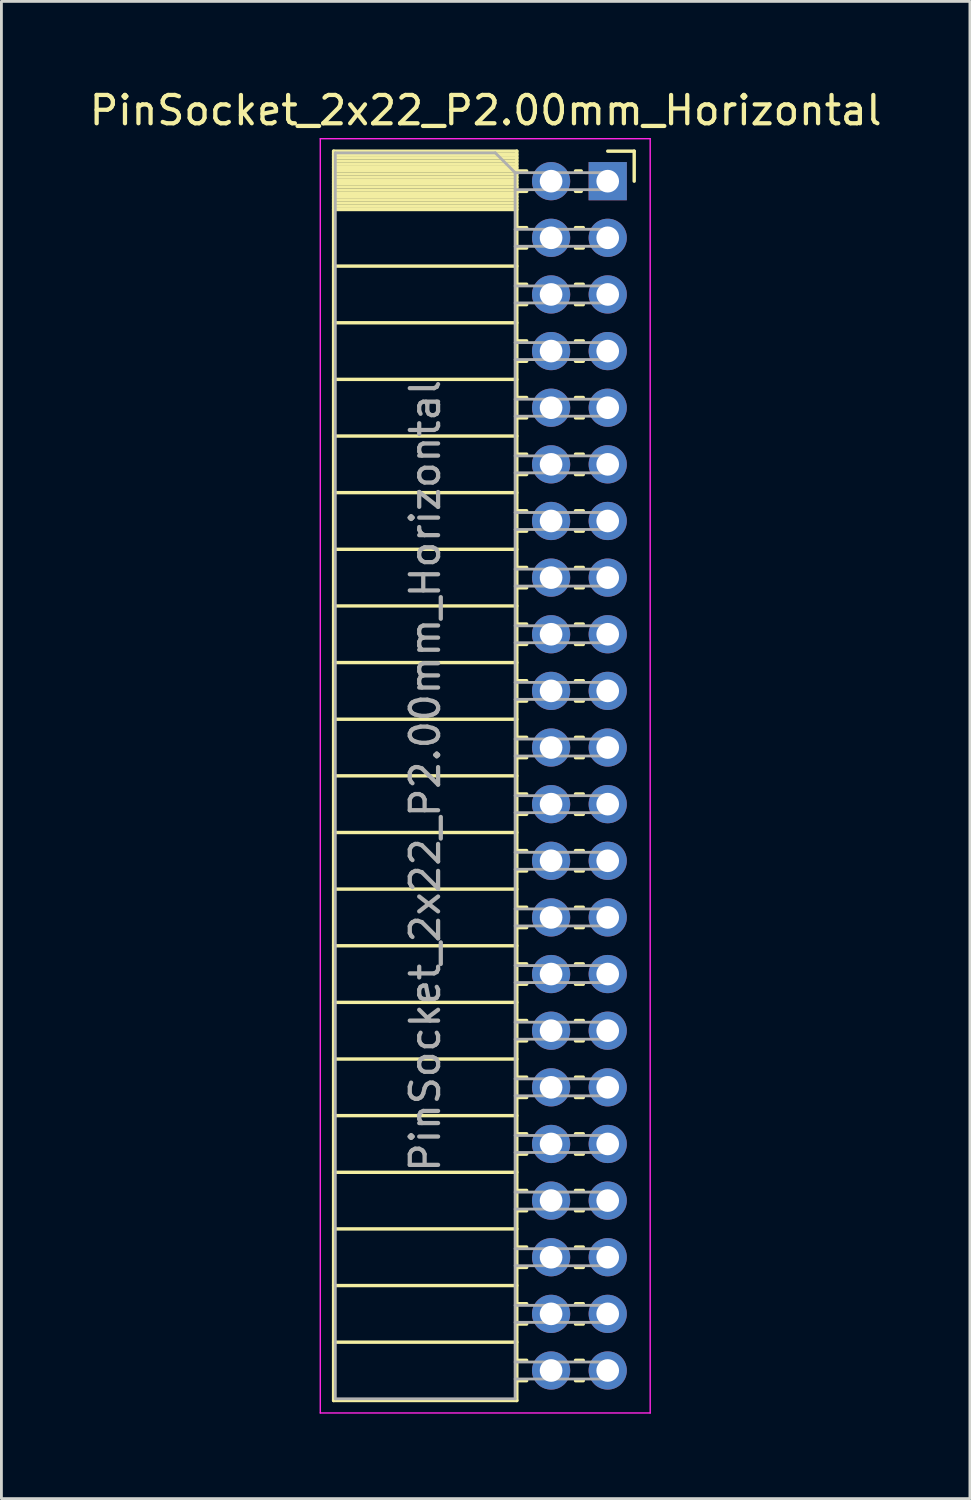
<source format=kicad_pcb>
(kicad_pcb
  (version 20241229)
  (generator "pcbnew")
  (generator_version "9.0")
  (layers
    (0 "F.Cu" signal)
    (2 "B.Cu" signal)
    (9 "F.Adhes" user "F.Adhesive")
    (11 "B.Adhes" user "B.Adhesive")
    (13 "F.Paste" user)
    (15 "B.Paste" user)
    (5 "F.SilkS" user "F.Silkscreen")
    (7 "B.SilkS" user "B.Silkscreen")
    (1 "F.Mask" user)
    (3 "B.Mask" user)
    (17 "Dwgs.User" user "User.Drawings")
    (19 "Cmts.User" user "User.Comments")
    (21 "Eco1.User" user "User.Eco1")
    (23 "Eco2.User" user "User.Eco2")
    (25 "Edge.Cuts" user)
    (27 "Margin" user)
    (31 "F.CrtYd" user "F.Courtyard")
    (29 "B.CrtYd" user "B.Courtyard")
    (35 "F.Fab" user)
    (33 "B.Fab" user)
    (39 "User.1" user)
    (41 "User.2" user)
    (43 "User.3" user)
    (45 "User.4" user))
  (footprint "PinSocket_2x22_P2.00mm_Horizontal"
    (layer "F.Cu")
    (at 18.411 3.348)
    (property "Reference" "PinSocket_2x22_P2.00mm_Horizontal" (at -4.31 -2.5 0) (layer "F.SilkS") (effects (font (size 1 1) (thickness 0.15))))
    (attr through_hole)
    (fp_line (start -9.68 -1.06) (end -9.68 43.06) (stroke (width 0.12) (type solid)) (layer "F.SilkS"))
    (fp_line (start -9.68 -1.06) (end -3.21 -1.06) (stroke (width 0.12) (type solid)) (layer "F.SilkS"))
    (fp_line (start -9.68 -0.94) (end -3.21 -0.94) (stroke (width 0.12) (type solid)) (layer "F.SilkS"))
    (fp_line (start -9.68 -0.826) (end -3.21 -0.826) (stroke (width 0.12) (type solid)) (layer "F.SilkS"))
    (fp_line (start -9.68 -0.712) (end -3.21 -0.712) (stroke (width 0.12) (type solid)) (layer "F.SilkS"))
    (fp_line (start -9.68 -0.598) (end -3.21 -0.598) (stroke (width 0.12) (type solid)) (layer "F.SilkS"))
    (fp_line (start -9.68 -0.484) (end -3.21 -0.484) (stroke (width 0.12) (type solid)) (layer "F.SilkS"))
    (fp_line (start -9.68 -0.369) (end -3.21 -0.369) (stroke (width 0.12) (type solid)) (layer "F.SilkS"))
    (fp_line (start -9.68 -0.255) (end -3.21 -0.255) (stroke (width 0.12) (type solid)) (layer "F.SilkS"))
    (fp_line (start -9.68 -0.141) (end -3.21 -0.141) (stroke (width 0.12) (type solid)) (layer "F.SilkS"))
    (fp_line (start -9.68 -0.027) (end -3.21 -0.027) (stroke (width 0.12) (type solid)) (layer "F.SilkS"))
    (fp_line (start -9.68 0.087) (end -3.21 0.087) (stroke (width 0.12) (type solid)) (layer "F.SilkS"))
    (fp_line (start -9.68 0.201) (end -3.21 0.201) (stroke (width 0.12) (type solid)) (layer "F.SilkS"))
    (fp_line (start -9.68 0.315) (end -3.21 0.315) (stroke (width 0.12) (type solid)) (layer "F.SilkS"))
    (fp_line (start -9.68 0.429) (end -3.21 0.429) (stroke (width 0.12) (type solid)) (layer "F.SilkS"))
    (fp_line (start -9.68 0.544) (end -3.21 0.544) (stroke (width 0.12) (type solid)) (layer "F.SilkS"))
    (fp_line (start -9.68 0.658) (end -3.21 0.658) (stroke (width 0.12) (type solid)) (layer "F.SilkS"))
    (fp_line (start -9.68 0.772) (end -3.21 0.772) (stroke (width 0.12) (type solid)) (layer "F.SilkS"))
    (fp_line (start -9.68 0.886) (end -3.21 0.886) (stroke (width 0.12) (type solid)) (layer "F.SilkS"))
    (fp_line (start -9.68 1) (end -3.21 1) (stroke (width 0.12) (type solid)) (layer "F.SilkS"))
    (fp_line (start -9.68 3) (end -3.21 3) (stroke (width 0.12) (type solid)) (layer "F.SilkS"))
    (fp_line (start -9.68 5) (end -3.21 5) (stroke (width 0.12) (type solid)) (layer "F.SilkS"))
    (fp_line (start -9.68 7) (end -3.21 7) (stroke (width 0.12) (type solid)) (layer "F.SilkS"))
    (fp_line (start -9.68 9) (end -3.21 9) (stroke (width 0.12) (type solid)) (layer "F.SilkS"))
    (fp_line (start -9.68 11) (end -3.21 11) (stroke (width 0.12) (type solid)) (layer "F.SilkS"))
    (fp_line (start -9.68 13) (end -3.21 13) (stroke (width 0.12) (type solid)) (layer "F.SilkS"))
    (fp_line (start -9.68 15) (end -3.21 15) (stroke (width 0.12) (type solid)) (layer "F.SilkS"))
    (fp_line (start -9.68 17) (end -3.21 17) (stroke (width 0.12) (type solid)) (layer "F.SilkS"))
    (fp_line (start -9.68 19) (end -3.21 19) (stroke (width 0.12) (type solid)) (layer "F.SilkS"))
    (fp_line (start -9.68 21) (end -3.21 21) (stroke (width 0.12) (type solid)) (layer "F.SilkS"))
    (fp_line (start -9.68 23) (end -3.21 23) (stroke (width 0.12) (type solid)) (layer "F.SilkS"))
    (fp_line (start -9.68 25) (end -3.21 25) (stroke (width 0.12) (type solid)) (layer "F.SilkS"))
    (fp_line (start -9.68 27) (end -3.21 27) (stroke (width 0.12) (type solid)) (layer "F.SilkS"))
    (fp_line (start -9.68 29) (end -3.21 29) (stroke (width 0.12) (type solid)) (layer "F.SilkS"))
    (fp_line (start -9.68 31) (end -3.21 31) (stroke (width 0.12) (type solid)) (layer "F.SilkS"))
    (fp_line (start -9.68 33) (end -3.21 33) (stroke (width 0.12) (type solid)) (layer "F.SilkS"))
    (fp_line (start -9.68 35) (end -3.21 35) (stroke (width 0.12) (type solid)) (layer "F.SilkS"))
    (fp_line (start -9.68 37) (end -3.21 37) (stroke (width 0.12) (type solid)) (layer "F.SilkS"))
    (fp_line (start -9.68 39) (end -3.21 39) (stroke (width 0.12) (type solid)) (layer "F.SilkS"))
    (fp_line (start -9.68 41) (end -3.21 41) (stroke (width 0.12) (type solid)) (layer "F.SilkS"))
    (fp_line (start -9.68 43.06) (end -3.21 43.06) (stroke (width 0.12) (type solid)) (layer "F.SilkS"))
    (fp_line (start -3.21 -1.06) (end -3.21 43.06) (stroke (width 0.12) (type solid)) (layer "F.SilkS"))
    (fp_line (start -3.21 -0.36) (end -2.863 -0.36) (stroke (width 0.12) (type solid)) (layer "F.SilkS"))
    (fp_line (start -3.21 0.36) (end -2.863 0.36) (stroke (width 0.12) (type solid)) (layer "F.SilkS"))
    (fp_line (start -3.21 1.64) (end -2.863 1.64) (stroke (width 0.12) (type solid)) (layer "F.SilkS"))
    (fp_line (start -3.21 2.36) (end -2.863 2.36) (stroke (width 0.12) (type solid)) (layer "F.SilkS"))
    (fp_line (start -3.21 3.64) (end -2.863 3.64) (stroke (width 0.12) (type solid)) (layer "F.SilkS"))
    (fp_line (start -3.21 4.36) (end -2.863 4.36) (stroke (width 0.12) (type solid)) (layer "F.SilkS"))
    (fp_line (start -3.21 5.64) (end -2.863 5.64) (stroke (width 0.12) (type solid)) (layer "F.SilkS"))
    (fp_line (start -3.21 6.36) (end -2.863 6.36) (stroke (width 0.12) (type solid)) (layer "F.SilkS"))
    (fp_line (start -3.21 7.64) (end -2.863 7.64) (stroke (width 0.12) (type solid)) (layer "F.SilkS"))
    (fp_line (start -3.21 8.36) (end -2.863 8.36) (stroke (width 0.12) (type solid)) (layer "F.SilkS"))
    (fp_line (start -3.21 9.64) (end -2.863 9.64) (stroke (width 0.12) (type solid)) (layer "F.SilkS"))
    (fp_line (start -3.21 10.36) (end -2.863 10.36) (stroke (width 0.12) (type solid)) (layer "F.SilkS"))
    (fp_line (start -3.21 11.64) (end -2.863 11.64) (stroke (width 0.12) (type solid)) (layer "F.SilkS"))
    (fp_line (start -3.21 12.36) (end -2.863 12.36) (stroke (width 0.12) (type solid)) (layer "F.SilkS"))
    (fp_line (start -3.21 13.64) (end -2.863 13.64) (stroke (width 0.12) (type solid)) (layer "F.SilkS"))
    (fp_line (start -3.21 14.36) (end -2.863 14.36) (stroke (width 0.12) (type solid)) (layer "F.SilkS"))
    (fp_line (start -3.21 15.64) (end -2.863 15.64) (stroke (width 0.12) (type solid)) (layer "F.SilkS"))
    (fp_line (start -3.21 16.36) (end -2.863 16.36) (stroke (width 0.12) (type solid)) (layer "F.SilkS"))
    (fp_line (start -3.21 17.64) (end -2.863 17.64) (stroke (width 0.12) (type solid)) (layer "F.SilkS"))
    (fp_line (start -3.21 18.36) (end -2.863 18.36) (stroke (width 0.12) (type solid)) (layer "F.SilkS"))
    (fp_line (start -3.21 19.64) (end -2.863 19.64) (stroke (width 0.12) (type solid)) (layer "F.SilkS"))
    (fp_line (start -3.21 20.36) (end -2.863 20.36) (stroke (width 0.12) (type solid)) (layer "F.SilkS"))
    (fp_line (start -3.21 21.64) (end -2.863 21.64) (stroke (width 0.12) (type solid)) (layer "F.SilkS"))
    (fp_line (start -3.21 22.36) (end -2.863 22.36) (stroke (width 0.12) (type solid)) (layer "F.SilkS"))
    (fp_line (start -3.21 23.64) (end -2.863 23.64) (stroke (width 0.12) (type solid)) (layer "F.SilkS"))
    (fp_line (start -3.21 24.36) (end -2.863 24.36) (stroke (width 0.12) (type solid)) (layer "F.SilkS"))
    (fp_line (start -3.21 25.64) (end -2.863 25.64) (stroke (width 0.12) (type solid)) (layer "F.SilkS"))
    (fp_line (start -3.21 26.36) (end -2.863 26.36) (stroke (width 0.12) (type solid)) (layer "F.SilkS"))
    (fp_line (start -3.21 27.64) (end -2.863 27.64) (stroke (width 0.12) (type solid)) (layer "F.SilkS"))
    (fp_line (start -3.21 28.36) (end -2.863 28.36) (stroke (width 0.12) (type solid)) (layer "F.SilkS"))
    (fp_line (start -3.21 29.64) (end -2.863 29.64) (stroke (width 0.12) (type solid)) (layer "F.SilkS"))
    (fp_line (start -3.21 30.36) (end -2.863 30.36) (stroke (width 0.12) (type solid)) (layer "F.SilkS"))
    (fp_line (start -3.21 31.64) (end -2.863 31.64) (stroke (width 0.12) (type solid)) (layer "F.SilkS"))
    (fp_line (start -3.21 32.36) (end -2.863 32.36) (stroke (width 0.12) (type solid)) (layer "F.SilkS"))
    (fp_line (start -3.21 33.64) (end -2.863 33.64) (stroke (width 0.12) (type solid)) (layer "F.SilkS"))
    (fp_line (start -3.21 34.36) (end -2.863 34.36) (stroke (width 0.12) (type solid)) (layer "F.SilkS"))
    (fp_line (start -3.21 35.64) (end -2.863 35.64) (stroke (width 0.12) (type solid)) (layer "F.SilkS"))
    (fp_line (start -3.21 36.36) (end -2.863 36.36) (stroke (width 0.12) (type solid)) (layer "F.SilkS"))
    (fp_line (start -3.21 37.64) (end -2.863 37.64) (stroke (width 0.12) (type solid)) (layer "F.SilkS"))
    (fp_line (start -3.21 38.36) (end -2.863 38.36) (stroke (width 0.12) (type solid)) (layer "F.SilkS"))
    (fp_line (start -3.21 39.64) (end -2.863 39.64) (stroke (width 0.12) (type solid)) (layer "F.SilkS"))
    (fp_line (start -3.21 40.36) (end -2.863 40.36) (stroke (width 0.12) (type solid)) (layer "F.SilkS"))
    (fp_line (start -3.21 41.64) (end -2.863 41.64) (stroke (width 0.12) (type solid)) (layer "F.SilkS"))
    (fp_line (start -3.21 42.36) (end -2.863 42.36) (stroke (width 0.12) (type solid)) (layer "F.SilkS"))
    (fp_line (start -1.137 -0.36) (end -0.935 -0.36) (stroke (width 0.12) (type solid)) (layer "F.SilkS"))
    (fp_line (start -1.137 0.36) (end -0.935 0.36) (stroke (width 0.12) (type solid)) (layer "F.SilkS"))
    (fp_line (start -1.137 1.64) (end -0.863 1.64) (stroke (width 0.12) (type solid)) (layer "F.SilkS"))
    (fp_line (start -1.137 2.36) (end -0.863 2.36) (stroke (width 0.12) (type solid)) (layer "F.SilkS"))
    (fp_line (start -1.137 3.64) (end -0.863 3.64) (stroke (width 0.12) (type solid)) (layer "F.SilkS"))
    (fp_line (start -1.137 4.36) (end -0.863 4.36) (stroke (width 0.12) (type solid)) (layer "F.SilkS"))
    (fp_line (start -1.137 5.64) (end -0.863 5.64) (stroke (width 0.12) (type solid)) (layer "F.SilkS"))
    (fp_line (start -1.137 6.36) (end -0.863 6.36) (stroke (width 0.12) (type solid)) (layer "F.SilkS"))
    (fp_line (start -1.137 7.64) (end -0.863 7.64) (stroke (width 0.12) (type solid)) (layer "F.SilkS"))
    (fp_line (start -1.137 8.36) (end -0.863 8.36) (stroke (width 0.12) (type solid)) (layer "F.SilkS"))
    (fp_line (start -1.137 9.64) (end -0.863 9.64) (stroke (width 0.12) (type solid)) (layer "F.SilkS"))
    (fp_line (start -1.137 10.36) (end -0.863 10.36) (stroke (width 0.12) (type solid)) (layer "F.SilkS"))
    (fp_line (start -1.137 11.64) (end -0.863 11.64) (stroke (width 0.12) (type solid)) (layer "F.SilkS"))
    (fp_line (start -1.137 12.36) (end -0.863 12.36) (stroke (width 0.12) (type solid)) (layer "F.SilkS"))
    (fp_line (start -1.137 13.64) (end -0.863 13.64) (stroke (width 0.12) (type solid)) (layer "F.SilkS"))
    (fp_line (start -1.137 14.36) (end -0.863 14.36) (stroke (width 0.12) (type solid)) (layer "F.SilkS"))
    (fp_line (start -1.137 15.64) (end -0.863 15.64) (stroke (width 0.12) (type solid)) (layer "F.SilkS"))
    (fp_line (start -1.137 16.36) (end -0.863 16.36) (stroke (width 0.12) (type solid)) (layer "F.SilkS"))
    (fp_line (start -1.137 17.64) (end -0.863 17.64) (stroke (width 0.12) (type solid)) (layer "F.SilkS"))
    (fp_line (start -1.137 18.36) (end -0.863 18.36) (stroke (width 0.12) (type solid)) (layer "F.SilkS"))
    (fp_line (start -1.137 19.64) (end -0.863 19.64) (stroke (width 0.12) (type solid)) (layer "F.SilkS"))
    (fp_line (start -1.137 20.36) (end -0.863 20.36) (stroke (width 0.12) (type solid)) (layer "F.SilkS"))
    (fp_line (start -1.137 21.64) (end -0.863 21.64) (stroke (width 0.12) (type solid)) (layer "F.SilkS"))
    (fp_line (start -1.137 22.36) (end -0.863 22.36) (stroke (width 0.12) (type solid)) (layer "F.SilkS"))
    (fp_line (start -1.137 23.64) (end -0.863 23.64) (stroke (width 0.12) (type solid)) (layer "F.SilkS"))
    (fp_line (start -1.137 24.36) (end -0.863 24.36) (stroke (width 0.12) (type solid)) (layer "F.SilkS"))
    (fp_line (start -1.137 25.64) (end -0.863 25.64) (stroke (width 0.12) (type solid)) (layer "F.SilkS"))
    (fp_line (start -1.137 26.36) (end -0.863 26.36) (stroke (width 0.12) (type solid)) (layer "F.SilkS"))
    (fp_line (start -1.137 27.64) (end -0.863 27.64) (stroke (width 0.12) (type solid)) (layer "F.SilkS"))
    (fp_line (start -1.137 28.36) (end -0.863 28.36) (stroke (width 0.12) (type solid)) (layer "F.SilkS"))
    (fp_line (start -1.137 29.64) (end -0.863 29.64) (stroke (width 0.12) (type solid)) (layer "F.SilkS"))
    (fp_line (start -1.137 30.36) (end -0.863 30.36) (stroke (width 0.12) (type solid)) (layer "F.SilkS"))
    (fp_line (start -1.137 31.64) (end -0.863 31.64) (stroke (width 0.12) (type solid)) (layer "F.SilkS"))
    (fp_line (start -1.137 32.36) (end -0.863 32.36) (stroke (width 0.12) (type solid)) (layer "F.SilkS"))
    (fp_line (start -1.137 33.64) (end -0.863 33.64) (stroke (width 0.12) (type solid)) (layer "F.SilkS"))
    (fp_line (start -1.137 34.36) (end -0.863 34.36) (stroke (width 0.12) (type solid)) (layer "F.SilkS"))
    (fp_line (start -1.137 35.64) (end -0.863 35.64) (stroke (width 0.12) (type solid)) (layer "F.SilkS"))
    (fp_line (start -1.137 36.36) (end -0.863 36.36) (stroke (width 0.12) (type solid)) (layer "F.SilkS"))
    (fp_line (start -1.137 37.64) (end -0.863 37.64) (stroke (width 0.12) (type solid)) (layer "F.SilkS"))
    (fp_line (start -1.137 38.36) (end -0.863 38.36) (stroke (width 0.12) (type solid)) (layer "F.SilkS"))
    (fp_line (start -1.137 39.64) (end -0.863 39.64) (stroke (width 0.12) (type solid)) (layer "F.SilkS"))
    (fp_line (start -1.137 40.36) (end -0.863 40.36) (stroke (width 0.12) (type solid)) (layer "F.SilkS"))
    (fp_line (start -1.137 41.64) (end -0.863 41.64) (stroke (width 0.12) (type solid)) (layer "F.SilkS"))
    (fp_line (start -1.137 42.36) (end -0.863 42.36) (stroke (width 0.12) (type solid)) (layer "F.SilkS"))
    (fp_line (start 0 -1.06) (end 0.935 -1.06) (stroke (width 0.12) (type solid)) (layer "F.SilkS"))
    (fp_line (start 0.935 -1.06) (end 0.935 0) (stroke (width 0.12) (type solid)) (layer "F.SilkS"))
    (fp_line (start -10.15 -1.5) (end -10.15 43.5) (stroke (width 0.05) (type solid)) (layer "F.CrtYd"))
    (fp_line (start -10.15 43.5) (end 1.5 43.5) (stroke (width 0.05) (type solid)) (layer "F.CrtYd"))
    (fp_line (start 1.5 -1.5) (end -10.15 -1.5) (stroke (width 0.05) (type solid)) (layer "F.CrtYd"))
    (fp_line (start 1.5 43.5) (end 1.5 -1.5) (stroke (width 0.05) (type solid)) (layer "F.CrtYd"))
    (fp_line (start -9.62 -1) (end -3.97 -1) (stroke (width 0.1) (type solid)) (layer "F.Fab"))
    (fp_line (start -9.62 43) (end -9.62 -1) (stroke (width 0.1) (type solid)) (layer "F.Fab"))
    (fp_line (start -3.97 -1) (end -3.27 -0.3) (stroke (width 0.1) (type solid)) (layer "F.Fab"))
    (fp_line (start -3.27 -0.3) (end -3.27 43) (stroke (width 0.1) (type solid)) (layer "F.Fab"))
    (fp_line (start -3.27 0.3) (end 0 0.3) (stroke (width 0.1) (type solid)) (layer "F.Fab"))
    (fp_line (start -3.27 2.3) (end 0 2.3) (stroke (width 0.1) (type solid)) (layer "F.Fab"))
    (fp_line (start -3.27 4.3) (end 0 4.3) (stroke (width 0.1) (type solid)) (layer "F.Fab"))
    (fp_line (start -3.27 6.3) (end 0 6.3) (stroke (width 0.1) (type solid)) (layer "F.Fab"))
    (fp_line (start -3.27 8.3) (end 0 8.3) (stroke (width 0.1) (type solid)) (layer "F.Fab"))
    (fp_line (start -3.27 10.3) (end 0 10.3) (stroke (width 0.1) (type solid)) (layer "F.Fab"))
    (fp_line (start -3.27 12.3) (end 0 12.3) (stroke (width 0.1) (type solid)) (layer "F.Fab"))
    (fp_line (start -3.27 14.3) (end 0 14.3) (stroke (width 0.1) (type solid)) (layer "F.Fab"))
    (fp_line (start -3.27 16.3) (end 0 16.3) (stroke (width 0.1) (type solid)) (layer "F.Fab"))
    (fp_line (start -3.27 18.3) (end 0 18.3) (stroke (width 0.1) (type solid)) (layer "F.Fab"))
    (fp_line (start -3.27 20.3) (end 0 20.3) (stroke (width 0.1) (type solid)) (layer "F.Fab"))
    (fp_line (start -3.27 22.3) (end 0 22.3) (stroke (width 0.1) (type solid)) (layer "F.Fab"))
    (fp_line (start -3.27 24.3) (end 0 24.3) (stroke (width 0.1) (type solid)) (layer "F.Fab"))
    (fp_line (start -3.27 26.3) (end 0 26.3) (stroke (width 0.1) (type solid)) (layer "F.Fab"))
    (fp_line (start -3.27 28.3) (end 0 28.3) (stroke (width 0.1) (type solid)) (layer "F.Fab"))
    (fp_line (start -3.27 30.3) (end 0 30.3) (stroke (width 0.1) (type solid)) (layer "F.Fab"))
    (fp_line (start -3.27 32.3) (end 0 32.3) (stroke (width 0.1) (type solid)) (layer "F.Fab"))
    (fp_line (start -3.27 34.3) (end 0 34.3) (stroke (width 0.1) (type solid)) (layer "F.Fab"))
    (fp_line (start -3.27 36.3) (end 0 36.3) (stroke (width 0.1) (type solid)) (layer "F.Fab"))
    (fp_line (start -3.27 38.3) (end 0 38.3) (stroke (width 0.1) (type solid)) (layer "F.Fab"))
    (fp_line (start -3.27 40.3) (end 0 40.3) (stroke (width 0.1) (type solid)) (layer "F.Fab"))
    (fp_line (start -3.27 42.3) (end 0 42.3) (stroke (width 0.1) (type solid)) (layer "F.Fab"))
    (fp_line (start -3.27 43) (end -9.62 43) (stroke (width 0.1) (type solid)) (layer "F.Fab"))
    (fp_line (start 0 -0.3) (end -3.27 -0.3) (stroke (width 0.1) (type solid)) (layer "F.Fab"))
    (fp_line (start 0 0.3) (end 0 -0.3) (stroke (width 0.1) (type solid)) (layer "F.Fab"))
    (fp_line (start 0 1.7) (end -3.27 1.7) (stroke (width 0.1) (type solid)) (layer "F.Fab"))
    (fp_line (start 0 2.3) (end 0 1.7) (stroke (width 0.1) (type solid)) (layer "F.Fab"))
    (fp_line (start 0 3.7) (end -3.27 3.7) (stroke (width 0.1) (type solid)) (layer "F.Fab"))
    (fp_line (start 0 4.3) (end 0 3.7) (stroke (width 0.1) (type solid)) (layer "F.Fab"))
    (fp_line (start 0 5.7) (end -3.27 5.7) (stroke (width 0.1) (type solid)) (layer "F.Fab"))
    (fp_line (start 0 6.3) (end 0 5.7) (stroke (width 0.1) (type solid)) (layer "F.Fab"))
    (fp_line (start 0 7.7) (end -3.27 7.7) (stroke (width 0.1) (type solid)) (layer "F.Fab"))
    (fp_line (start 0 8.3) (end 0 7.7) (stroke (width 0.1) (type solid)) (layer "F.Fab"))
    (fp_line (start 0 9.7) (end -3.27 9.7) (stroke (width 0.1) (type solid)) (layer "F.Fab"))
    (fp_line (start 0 10.3) (end 0 9.7) (stroke (width 0.1) (type solid)) (layer "F.Fab"))
    (fp_line (start 0 11.7) (end -3.27 11.7) (stroke (width 0.1) (type solid)) (layer "F.Fab"))
    (fp_line (start 0 12.3) (end 0 11.7) (stroke (width 0.1) (type solid)) (layer "F.Fab"))
    (fp_line (start 0 13.7) (end -3.27 13.7) (stroke (width 0.1) (type solid)) (layer "F.Fab"))
    (fp_line (start 0 14.3) (end 0 13.7) (stroke (width 0.1) (type solid)) (layer "F.Fab"))
    (fp_line (start 0 15.7) (end -3.27 15.7) (stroke (width 0.1) (type solid)) (layer "F.Fab"))
    (fp_line (start 0 16.3) (end 0 15.7) (stroke (width 0.1) (type solid)) (layer "F.Fab"))
    (fp_line (start 0 17.7) (end -3.27 17.7) (stroke (width 0.1) (type solid)) (layer "F.Fab"))
    (fp_line (start 0 18.3) (end 0 17.7) (stroke (width 0.1) (type solid)) (layer "F.Fab"))
    (fp_line (start 0 19.7) (end -3.27 19.7) (stroke (width 0.1) (type solid)) (layer "F.Fab"))
    (fp_line (start 0 20.3) (end 0 19.7) (stroke (width 0.1) (type solid)) (layer "F.Fab"))
    (fp_line (start 0 21.7) (end -3.27 21.7) (stroke (width 0.1) (type solid)) (layer "F.Fab"))
    (fp_line (start 0 22.3) (end 0 21.7) (stroke (width 0.1) (type solid)) (layer "F.Fab"))
    (fp_line (start 0 23.7) (end -3.27 23.7) (stroke (width 0.1) (type solid)) (layer "F.Fab"))
    (fp_line (start 0 24.3) (end 0 23.7) (stroke (width 0.1) (type solid)) (layer "F.Fab"))
    (fp_line (start 0 25.7) (end -3.27 25.7) (stroke (width 0.1) (type solid)) (layer "F.Fab"))
    (fp_line (start 0 26.3) (end 0 25.7) (stroke (width 0.1) (type solid)) (layer "F.Fab"))
    (fp_line (start 0 27.7) (end -3.27 27.7) (stroke (width 0.1) (type solid)) (layer "F.Fab"))
    (fp_line (start 0 28.3) (end 0 27.7) (stroke (width 0.1) (type solid)) (layer "F.Fab"))
    (fp_line (start 0 29.7) (end -3.27 29.7) (stroke (width 0.1) (type solid)) (layer "F.Fab"))
    (fp_line (start 0 30.3) (end 0 29.7) (stroke (width 0.1) (type solid)) (layer "F.Fab"))
    (fp_line (start 0 31.7) (end -3.27 31.7) (stroke (width 0.1) (type solid)) (layer "F.Fab"))
    (fp_line (start 0 32.3) (end 0 31.7) (stroke (width 0.1) (type solid)) (layer "F.Fab"))
    (fp_line (start 0 33.7) (end -3.27 33.7) (stroke (width 0.1) (type solid)) (layer "F.Fab"))
    (fp_line (start 0 34.3) (end 0 33.7) (stroke (width 0.1) (type solid)) (layer "F.Fab"))
    (fp_line (start 0 35.7) (end -3.27 35.7) (stroke (width 0.1) (type solid)) (layer "F.Fab"))
    (fp_line (start 0 36.3) (end 0 35.7) (stroke (width 0.1) (type solid)) (layer "F.Fab"))
    (fp_line (start 0 37.7) (end -3.27 37.7) (stroke (width 0.1) (type solid)) (layer "F.Fab"))
    (fp_line (start 0 38.3) (end 0 37.7) (stroke (width 0.1) (type solid)) (layer "F.Fab"))
    (fp_line (start 0 39.7) (end -3.27 39.7) (stroke (width 0.1) (type solid)) (layer "F.Fab"))
    (fp_line (start 0 40.3) (end 0 39.7) (stroke (width 0.1) (type solid)) (layer "F.Fab"))
    (fp_line (start 0 41.7) (end -3.27 41.7) (stroke (width 0.1) (type solid)) (layer "F.Fab"))
    (fp_line (start 0 42.3) (end 0 41.7) (stroke (width 0.1) (type solid)) (layer "F.Fab"))
    (fp_text user "${REFERENCE}" (at -6.445 21 90) (layer "F.Fab") (effects (font (size 1 1) (thickness 0.15))))
    (pad "1" thru_hole rect (at 0 0) (size 1.35 1.35) (drill 0.8) (layers "*.Cu" "*.Mask"))
    (pad "2" thru_hole oval (at -2 0) (size 1.35 1.35) (drill 0.8) (layers "*.Cu" "*.Mask"))
    (pad "3" thru_hole oval (at 0 2) (size 1.35 1.35) (drill 0.8) (layers "*.Cu" "*.Mask"))
    (pad "4" thru_hole oval (at -2 2) (size 1.35 1.35) (drill 0.8) (layers "*.Cu" "*.Mask"))
    (pad "5" thru_hole oval (at 0 4) (size 1.35 1.35) (drill 0.8) (layers "*.Cu" "*.Mask"))
    (pad "6" thru_hole oval (at -2 4) (size 1.35 1.35) (drill 0.8) (layers "*.Cu" "*.Mask"))
    (pad "7" thru_hole oval (at 0 6) (size 1.35 1.35) (drill 0.8) (layers "*.Cu" "*.Mask"))
    (pad "8" thru_hole oval (at -2 6) (size 1.35 1.35) (drill 0.8) (layers "*.Cu" "*.Mask"))
    (pad "9" thru_hole oval (at 0 8) (size 1.35 1.35) (drill 0.8) (layers "*.Cu" "*.Mask"))
    (pad "10" thru_hole oval (at -2 8) (size 1.35 1.35) (drill 0.8) (layers "*.Cu" "*.Mask"))
    (pad "11" thru_hole oval (at 0 10) (size 1.35 1.35) (drill 0.8) (layers "*.Cu" "*.Mask"))
    (pad "12" thru_hole oval (at -2 10) (size 1.35 1.35) (drill 0.8) (layers "*.Cu" "*.Mask"))
    (pad "13" thru_hole oval (at 0 12) (size 1.35 1.35) (drill 0.8) (layers "*.Cu" "*.Mask"))
    (pad "14" thru_hole oval (at -2 12) (size 1.35 1.35) (drill 0.8) (layers "*.Cu" "*.Mask"))
    (pad "15" thru_hole oval (at 0 14) (size 1.35 1.35) (drill 0.8) (layers "*.Cu" "*.Mask"))
    (pad "16" thru_hole oval (at -2 14) (size 1.35 1.35) (drill 0.8) (layers "*.Cu" "*.Mask"))
    (pad "17" thru_hole oval (at 0 16) (size 1.35 1.35) (drill 0.8) (layers "*.Cu" "*.Mask"))
    (pad "18" thru_hole oval (at -2 16) (size 1.35 1.35) (drill 0.8) (layers "*.Cu" "*.Mask"))
    (pad "19" thru_hole oval (at 0 18) (size 1.35 1.35) (drill 0.8) (layers "*.Cu" "*.Mask"))
    (pad "20" thru_hole oval (at -2 18) (size 1.35 1.35) (drill 0.8) (layers "*.Cu" "*.Mask"))
    (pad "21" thru_hole oval (at 0 20) (size 1.35 1.35) (drill 0.8) (layers "*.Cu" "*.Mask"))
    (pad "22" thru_hole oval (at -2 20) (size 1.35 1.35) (drill 0.8) (layers "*.Cu" "*.Mask"))
    (pad "23" thru_hole oval (at 0 22) (size 1.35 1.35) (drill 0.8) (layers "*.Cu" "*.Mask"))
    (pad "24" thru_hole oval (at -2 22) (size 1.35 1.35) (drill 0.8) (layers "*.Cu" "*.Mask"))
    (pad "25" thru_hole oval (at 0 24) (size 1.35 1.35) (drill 0.8) (layers "*.Cu" "*.Mask"))
    (pad "26" thru_hole oval (at -2 24) (size 1.35 1.35) (drill 0.8) (layers "*.Cu" "*.Mask"))
    (pad "27" thru_hole oval (at 0 26) (size 1.35 1.35) (drill 0.8) (layers "*.Cu" "*.Mask"))
    (pad "28" thru_hole oval (at -2 26) (size 1.35 1.35) (drill 0.8) (layers "*.Cu" "*.Mask"))
    (pad "29" thru_hole oval (at 0 28) (size 1.35 1.35) (drill 0.8) (layers "*.Cu" "*.Mask"))
    (pad "30" thru_hole oval (at -2 28) (size 1.35 1.35) (drill 0.8) (layers "*.Cu" "*.Mask"))
    (pad "31" thru_hole oval (at 0 30) (size 1.35 1.35) (drill 0.8) (layers "*.Cu" "*.Mask"))
    (pad "32" thru_hole oval (at -2 30) (size 1.35 1.35) (drill 0.8) (layers "*.Cu" "*.Mask"))
    (pad "33" thru_hole oval (at 0 32) (size 1.35 1.35) (drill 0.8) (layers "*.Cu" "*.Mask"))
    (pad "34" thru_hole oval (at -2 32) (size 1.35 1.35) (drill 0.8) (layers "*.Cu" "*.Mask"))
    (pad "35" thru_hole oval (at 0 34) (size 1.35 1.35) (drill 0.8) (layers "*.Cu" "*.Mask"))
    (pad "36" thru_hole oval (at -2 34) (size 1.35 1.35) (drill 0.8) (layers "*.Cu" "*.Mask"))
    (pad "37" thru_hole oval (at 0 36) (size 1.35 1.35) (drill 0.8) (layers "*.Cu" "*.Mask"))
    (pad "38" thru_hole oval (at -2 36) (size 1.35 1.35) (drill 0.8) (layers "*.Cu" "*.Mask"))
    (pad "39" thru_hole oval (at 0 38) (size 1.35 1.35) (drill 0.8) (layers "*.Cu" "*.Mask"))
    (pad "40" thru_hole oval (at -2 38) (size 1.35 1.35) (drill 0.8) (layers "*.Cu" "*.Mask"))
    (pad "41" thru_hole oval (at 0 40) (size 1.35 1.35) (drill 0.8) (layers "*.Cu" "*.Mask"))
    (pad "42" thru_hole oval (at -2 40) (size 1.35 1.35) (drill 0.8) (layers "*.Cu" "*.Mask"))
    (pad "43" thru_hole oval (at 0 42) (size 1.35 1.35) (drill 0.8) (layers "*.Cu" "*.Mask"))
    (pad "44" thru_hole oval (at -2 42) (size 1.35 1.35) (drill 0.8) (layers "*.Cu" "*.Mask")))
  (gr_rect
    (start -3 -3)
    (end 31.202 49.873)
    (stroke (width 0.1) (type default))
    (fill no)
    (layer "Edge.Cuts")))
</source>
